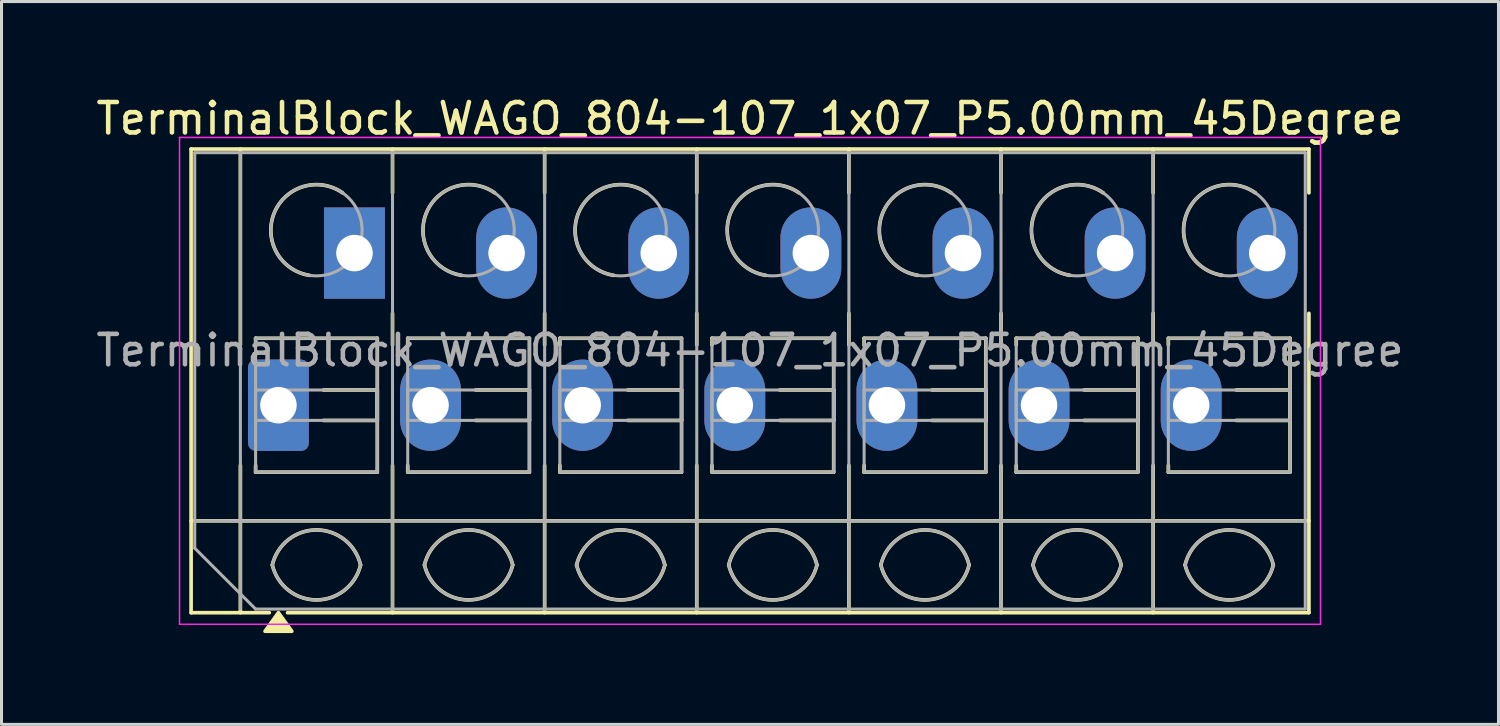
<source format=kicad_pcb>
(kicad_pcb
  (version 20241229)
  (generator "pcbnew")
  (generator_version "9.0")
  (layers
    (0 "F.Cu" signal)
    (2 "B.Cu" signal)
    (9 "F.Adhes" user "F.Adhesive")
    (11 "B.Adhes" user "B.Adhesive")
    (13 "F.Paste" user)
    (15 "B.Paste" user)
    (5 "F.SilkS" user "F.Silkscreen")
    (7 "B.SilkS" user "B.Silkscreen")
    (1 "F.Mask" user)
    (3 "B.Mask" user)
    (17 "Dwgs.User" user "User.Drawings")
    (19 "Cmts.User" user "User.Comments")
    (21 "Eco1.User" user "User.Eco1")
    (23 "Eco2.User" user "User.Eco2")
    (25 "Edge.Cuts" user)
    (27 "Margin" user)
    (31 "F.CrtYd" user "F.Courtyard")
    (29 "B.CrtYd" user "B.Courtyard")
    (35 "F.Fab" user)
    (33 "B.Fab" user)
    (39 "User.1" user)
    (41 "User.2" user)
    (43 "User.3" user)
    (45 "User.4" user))
  (footprint "TerminalBlock_WAGO_804-107_1x07_P5.00mm_45Degree"
    (layer "F.Cu")
    (at 6.101 10.268)
    (property "Reference" "TerminalBlock_WAGO_804-107_1x07_P5.00mm_45Degree" (at 15.5 -9.42 0) (layer "F.SilkS") (effects (font (size 1 1) (thickness 0.15))))
    (attr through_hole)
    (fp_line (start -2.87 -8.42) (end -2.87 6.82) (stroke (width 0.12) (type solid)) (layer "F.SilkS"))
    (fp_line (start -2.87 -8.42) (end 33.87 -8.42) (stroke (width 0.12) (type solid)) (layer "F.SilkS"))
    (fp_line (start -2.87 3.8) (end 33.87 3.8) (stroke (width 0.12) (type solid)) (layer "F.SilkS"))
    (fp_line (start -2.87 6.82) (end -0.3 6.82) (stroke (width 0.12) (type solid)) (layer "F.SilkS"))
    (fp_line (start -1.25 -8.42) (end -1.25 -1.98) (stroke (width 0.12) (type solid)) (layer "F.SilkS"))
    (fp_line (start -1.25 1.98) (end -1.25 6.82) (stroke (width 0.12) (type solid)) (layer "F.SilkS"))
    (fp_line (start -0.75 -2.2) (end -0.75 -1.98) (stroke (width 0.12) (type solid)) (layer "F.SilkS"))
    (fp_line (start -0.75 -2.2) (end 3.25 -2.2) (stroke (width 0.12) (type solid)) (layer "F.SilkS"))
    (fp_line (start -0.75 1.98) (end -0.75 2.2) (stroke (width 0.12) (type solid)) (layer "F.SilkS"))
    (fp_line (start -0.75 2.2) (end 3.25 2.2) (stroke (width 0.12) (type solid)) (layer "F.SilkS"))
    (fp_line (start 0.3 6.82) (end 33.87 6.82) (stroke (width 0.12) (type solid)) (layer "F.SilkS"))
    (fp_line (start 1.48 -0.5) (end 3.25 -0.5) (stroke (width 0.12) (type solid)) (layer "F.SilkS"))
    (fp_line (start 1.48 0.5) (end 3.25 0.5) (stroke (width 0.12) (type solid)) (layer "F.SilkS"))
    (fp_line (start 3.25 -2.2) (end 3.25 2.2) (stroke (width 0.12) (type solid)) (layer "F.SilkS"))
    (fp_line (start 3.25 -0.5) (end 3.25 0.5) (stroke (width 0.12) (type solid)) (layer "F.SilkS"))
    (fp_line (start 3.75 -8.42) (end 3.75 -6.98) (stroke (width 0.12) (type solid)) (layer "F.SilkS"))
    (fp_line (start 3.75 -3.02) (end 3.75 -1.98) (stroke (width 0.12) (type solid)) (layer "F.SilkS"))
    (fp_line (start 3.75 1.98) (end 3.75 6.82) (stroke (width 0.12) (type solid)) (layer "F.SilkS"))
    (fp_line (start 4.25 -2.2) (end 4.25 -1.98) (stroke (width 0.12) (type solid)) (layer "F.SilkS"))
    (fp_line (start 4.25 -2.2) (end 8.25 -2.2) (stroke (width 0.12) (type solid)) (layer "F.SilkS"))
    (fp_line (start 4.25 1.98) (end 4.25 2.2) (stroke (width 0.12) (type solid)) (layer "F.SilkS"))
    (fp_line (start 4.25 2.2) (end 8.25 2.2) (stroke (width 0.12) (type solid)) (layer "F.SilkS"))
    (fp_line (start 6.48 -0.5) (end 8.25 -0.5) (stroke (width 0.12) (type solid)) (layer "F.SilkS"))
    (fp_line (start 6.48 0.5) (end 8.25 0.5) (stroke (width 0.12) (type solid)) (layer "F.SilkS"))
    (fp_line (start 8.25 -2.2) (end 8.25 2.2) (stroke (width 0.12) (type solid)) (layer "F.SilkS"))
    (fp_line (start 8.25 -0.5) (end 8.25 0.5) (stroke (width 0.12) (type solid)) (layer "F.SilkS"))
    (fp_line (start 8.75 -8.42) (end 8.75 -6.98) (stroke (width 0.12) (type solid)) (layer "F.SilkS"))
    (fp_line (start 8.75 -3.02) (end 8.75 -1.98) (stroke (width 0.12) (type solid)) (layer "F.SilkS"))
    (fp_line (start 8.75 1.98) (end 8.75 6.82) (stroke (width 0.12) (type solid)) (layer "F.SilkS"))
    (fp_line (start 9.25 -2.2) (end 9.25 -1.98) (stroke (width 0.12) (type solid)) (layer "F.SilkS"))
    (fp_line (start 9.25 -2.2) (end 13.25 -2.2) (stroke (width 0.12) (type solid)) (layer "F.SilkS"))
    (fp_line (start 9.25 1.98) (end 9.25 2.2) (stroke (width 0.12) (type solid)) (layer "F.SilkS"))
    (fp_line (start 9.25 2.2) (end 13.25 2.2) (stroke (width 0.12) (type solid)) (layer "F.SilkS"))
    (fp_line (start 11.48 -0.5) (end 13.25 -0.5) (stroke (width 0.12) (type solid)) (layer "F.SilkS"))
    (fp_line (start 11.48 0.5) (end 13.25 0.5) (stroke (width 0.12) (type solid)) (layer "F.SilkS"))
    (fp_line (start 13.25 -2.2) (end 13.25 2.2) (stroke (width 0.12) (type solid)) (layer "F.SilkS"))
    (fp_line (start 13.25 -0.5) (end 13.25 0.5) (stroke (width 0.12) (type solid)) (layer "F.SilkS"))
    (fp_line (start 13.75 -8.42) (end 13.75 -6.98) (stroke (width 0.12) (type solid)) (layer "F.SilkS"))
    (fp_line (start 13.75 -3.02) (end 13.75 -1.98) (stroke (width 0.12) (type solid)) (layer "F.SilkS"))
    (fp_line (start 13.75 1.98) (end 13.75 6.82) (stroke (width 0.12) (type solid)) (layer "F.SilkS"))
    (fp_line (start 14.25 -2.2) (end 14.25 -1.98) (stroke (width 0.12) (type solid)) (layer "F.SilkS"))
    (fp_line (start 14.25 -2.2) (end 18.25 -2.2) (stroke (width 0.12) (type solid)) (layer "F.SilkS"))
    (fp_line (start 14.25 1.98) (end 14.25 2.2) (stroke (width 0.12) (type solid)) (layer "F.SilkS"))
    (fp_line (start 14.25 2.2) (end 18.25 2.2) (stroke (width 0.12) (type solid)) (layer "F.SilkS"))
    (fp_line (start 16.48 -0.5) (end 18.25 -0.5) (stroke (width 0.12) (type solid)) (layer "F.SilkS"))
    (fp_line (start 16.48 0.5) (end 18.25 0.5) (stroke (width 0.12) (type solid)) (layer "F.SilkS"))
    (fp_line (start 18.25 -2.2) (end 18.25 2.2) (stroke (width 0.12) (type solid)) (layer "F.SilkS"))
    (fp_line (start 18.25 -0.5) (end 18.25 0.5) (stroke (width 0.12) (type solid)) (layer "F.SilkS"))
    (fp_line (start 18.75 -8.42) (end 18.75 -6.98) (stroke (width 0.12) (type solid)) (layer "F.SilkS"))
    (fp_line (start 18.75 -3.02) (end 18.75 -1.98) (stroke (width 0.12) (type solid)) (layer "F.SilkS"))
    (fp_line (start 18.75 1.98) (end 18.75 6.82) (stroke (width 0.12) (type solid)) (layer "F.SilkS"))
    (fp_line (start 19.25 -2.2) (end 19.25 -1.98) (stroke (width 0.12) (type solid)) (layer "F.SilkS"))
    (fp_line (start 19.25 -2.2) (end 23.25 -2.2) (stroke (width 0.12) (type solid)) (layer "F.SilkS"))
    (fp_line (start 19.25 1.98) (end 19.25 2.2) (stroke (width 0.12) (type solid)) (layer "F.SilkS"))
    (fp_line (start 19.25 2.2) (end 23.25 2.2) (stroke (width 0.12) (type solid)) (layer "F.SilkS"))
    (fp_line (start 21.48 -0.5) (end 23.25 -0.5) (stroke (width 0.12) (type solid)) (layer "F.SilkS"))
    (fp_line (start 21.48 0.5) (end 23.25 0.5) (stroke (width 0.12) (type solid)) (layer "F.SilkS"))
    (fp_line (start 23.25 -2.2) (end 23.25 2.2) (stroke (width 0.12) (type solid)) (layer "F.SilkS"))
    (fp_line (start 23.25 -0.5) (end 23.25 0.5) (stroke (width 0.12) (type solid)) (layer "F.SilkS"))
    (fp_line (start 23.75 -8.42) (end 23.75 -6.98) (stroke (width 0.12) (type solid)) (layer "F.SilkS"))
    (fp_line (start 23.75 -3.02) (end 23.75 -1.98) (stroke (width 0.12) (type solid)) (layer "F.SilkS"))
    (fp_line (start 23.75 1.98) (end 23.75 6.82) (stroke (width 0.12) (type solid)) (layer "F.SilkS"))
    (fp_line (start 24.25 -2.2) (end 24.25 -1.98) (stroke (width 0.12) (type solid)) (layer "F.SilkS"))
    (fp_line (start 24.25 -2.2) (end 28.25 -2.2) (stroke (width 0.12) (type solid)) (layer "F.SilkS"))
    (fp_line (start 24.25 1.98) (end 24.25 2.2) (stroke (width 0.12) (type solid)) (layer "F.SilkS"))
    (fp_line (start 24.25 2.2) (end 28.25 2.2) (stroke (width 0.12) (type solid)) (layer "F.SilkS"))
    (fp_line (start 26.48 -0.5) (end 28.25 -0.5) (stroke (width 0.12) (type solid)) (layer "F.SilkS"))
    (fp_line (start 26.48 0.5) (end 28.25 0.5) (stroke (width 0.12) (type solid)) (layer "F.SilkS"))
    (fp_line (start 28.25 -2.2) (end 28.25 2.2) (stroke (width 0.12) (type solid)) (layer "F.SilkS"))
    (fp_line (start 28.25 -0.5) (end 28.25 0.5) (stroke (width 0.12) (type solid)) (layer "F.SilkS"))
    (fp_line (start 28.75 -8.42) (end 28.75 -6.98) (stroke (width 0.12) (type solid)) (layer "F.SilkS"))
    (fp_line (start 28.75 -3.02) (end 28.75 -1.98) (stroke (width 0.12) (type solid)) (layer "F.SilkS"))
    (fp_line (start 28.75 1.98) (end 28.75 6.82) (stroke (width 0.12) (type solid)) (layer "F.SilkS"))
    (fp_line (start 29.25 -2.2) (end 29.25 -1.98) (stroke (width 0.12) (type solid)) (layer "F.SilkS"))
    (fp_line (start 29.25 -2.2) (end 33.25 -2.2) (stroke (width 0.12) (type solid)) (layer "F.SilkS"))
    (fp_line (start 29.25 1.98) (end 29.25 2.2) (stroke (width 0.12) (type solid)) (layer "F.SilkS"))
    (fp_line (start 29.25 2.2) (end 33.25 2.2) (stroke (width 0.12) (type solid)) (layer "F.SilkS"))
    (fp_line (start 31.48 -0.5) (end 33.25 -0.5) (stroke (width 0.12) (type solid)) (layer "F.SilkS"))
    (fp_line (start 31.48 0.5) (end 33.25 0.5) (stroke (width 0.12) (type solid)) (layer "F.SilkS"))
    (fp_line (start 33.25 -2.2) (end 33.25 2.2) (stroke (width 0.12) (type solid)) (layer "F.SilkS"))
    (fp_line (start 33.25 -0.5) (end 33.25 0.5) (stroke (width 0.12) (type solid)) (layer "F.SilkS"))
    (fp_line (start 33.87 -8.42) (end 33.87 -6.98) (stroke (width 0.12) (type solid)) (layer "F.SilkS"))
    (fp_line (start 33.87 -3.02) (end 33.87 6.82) (stroke (width 0.12) (type solid)) (layer "F.SilkS"))
    (fp_arc (start -0.2 5.25) (mid 1.25 4.1) (end 2.7 5.25) (stroke (width 0.12) (type solid)) (layer "F.SilkS"))
    (fp_arc (start 1.02 -4.268) (mid -0.141916 -6.309209) (end 2.109 -6.98) (stroke (width 0.12) (type solid)) (layer "F.SilkS"))
    (fp_arc (start 2.7 5.25) (mid 1.25 6.4) (end -0.2 5.25) (stroke (width 0.12) (type solid)) (layer "F.SilkS"))
    (fp_arc (start 4.8 5.25) (mid 6.25 4.1) (end 7.7 5.25) (stroke (width 0.12) (type solid)) (layer "F.SilkS"))
    (fp_arc (start 6.02 -4.268) (mid 4.858084 -6.309209) (end 7.109 -6.98) (stroke (width 0.12) (type solid)) (layer "F.SilkS"))
    (fp_arc (start 7.7 5.25) (mid 6.25 6.4) (end 4.8 5.25) (stroke (width 0.12) (type solid)) (layer "F.SilkS"))
    (fp_arc (start 9.8 5.25) (mid 11.25 4.1) (end 12.7 5.25) (stroke (width 0.12) (type solid)) (layer "F.SilkS"))
    (fp_arc (start 11.02 -4.268) (mid 9.858084 -6.309209) (end 12.109 -6.98) (stroke (width 0.12) (type solid)) (layer "F.SilkS"))
    (fp_arc (start 12.7 5.25) (mid 11.25 6.4) (end 9.8 5.25) (stroke (width 0.12) (type solid)) (layer "F.SilkS"))
    (fp_arc (start 14.8 5.25) (mid 16.25 4.1) (end 17.7 5.25) (stroke (width 0.12) (type solid)) (layer "F.SilkS"))
    (fp_arc (start 16.02 -4.268) (mid 14.858084 -6.309209) (end 17.109 -6.98) (stroke (width 0.12) (type solid)) (layer "F.SilkS"))
    (fp_arc (start 17.7 5.25) (mid 16.25 6.4) (end 14.8 5.25) (stroke (width 0.12) (type solid)) (layer "F.SilkS"))
    (fp_arc (start 19.8 5.25) (mid 21.25 4.1) (end 22.7 5.25) (stroke (width 0.12) (type solid)) (layer "F.SilkS"))
    (fp_arc (start 21.02 -4.268) (mid 19.858084 -6.309209) (end 22.109 -6.98) (stroke (width 0.12) (type solid)) (layer "F.SilkS"))
    (fp_arc (start 22.7 5.25) (mid 21.25 6.4) (end 19.8 5.25) (stroke (width 0.12) (type solid)) (layer "F.SilkS"))
    (fp_arc (start 24.8 5.25) (mid 26.25 4.1) (end 27.7 5.25) (stroke (width 0.12) (type solid)) (layer "F.SilkS"))
    (fp_arc (start 26.02 -4.268) (mid 24.858084 -6.309209) (end 27.109 -6.98) (stroke (width 0.12) (type solid)) (layer "F.SilkS"))
    (fp_arc (start 27.7 5.25) (mid 26.25 6.4) (end 24.8 5.25) (stroke (width 0.12) (type solid)) (layer "F.SilkS"))
    (fp_arc (start 29.8 5.25) (mid 31.25 4.1) (end 32.7 5.25) (stroke (width 0.12) (type solid)) (layer "F.SilkS"))
    (fp_arc (start 31.02 -4.268) (mid 29.858084 -6.309209) (end 32.109 -6.98) (stroke (width 0.12) (type solid)) (layer "F.SilkS"))
    (fp_arc (start 32.7 5.25) (mid 31.25 6.4) (end 29.8 5.25) (stroke (width 0.12) (type solid)) (layer "F.SilkS"))
    (fp_poly (pts (xy 0 6.82) (xy 0.44 7.43) (xy -0.44 7.43)) (stroke (width 0.12) (type solid)) (fill yes) (layer "F.SilkS"))
    (fp_line (start -3.25 -8.8) (end -3.25 7.2) (stroke (width 0.05) (type solid)) (layer "F.CrtYd"))
    (fp_line (start -3.25 7.2) (end 34.25 7.2) (stroke (width 0.05) (type solid)) (layer "F.CrtYd"))
    (fp_line (start 34.25 -8.8) (end -3.25 -8.8) (stroke (width 0.05) (type solid)) (layer "F.CrtYd"))
    (fp_line (start 34.25 7.2) (end 34.25 -8.8) (stroke (width 0.05) (type solid)) (layer "F.CrtYd"))
    (fp_line (start -2.75 -8.3) (end 33.75 -8.3) (stroke (width 0.1) (type solid)) (layer "F.Fab"))
    (fp_line (start -2.75 3.8) (end 33.75 3.8) (stroke (width 0.1) (type solid)) (layer "F.Fab"))
    (fp_line (start -2.75 4.7) (end -2.75 -8.3) (stroke (width 0.1) (type solid)) (layer "F.Fab"))
    (fp_line (start -1.25 -8.3) (end -1.25 6.7) (stroke (width 0.1) (type solid)) (layer "F.Fab"))
    (fp_line (start -0.75 -2.2) (end -0.75 2.2) (stroke (width 0.1) (type solid)) (layer "F.Fab"))
    (fp_line (start -0.75 -0.5) (end -0.75 0.5) (stroke (width 0.1) (type solid)) (layer "F.Fab"))
    (fp_line (start -0.75 0.5) (end 3.25 0.5) (stroke (width 0.1) (type solid)) (layer "F.Fab"))
    (fp_line (start -0.75 2.2) (end 3.25 2.2) (stroke (width 0.1) (type solid)) (layer "F.Fab"))
    (fp_line (start -0.75 6.7) (end -2.75 4.7) (stroke (width 0.1) (type solid)) (layer "F.Fab"))
    (fp_line (start 3.25 -2.2) (end -0.75 -2.2) (stroke (width 0.1) (type solid)) (layer "F.Fab"))
    (fp_line (start 3.25 -0.5) (end -0.75 -0.5) (stroke (width 0.1) (type solid)) (layer "F.Fab"))
    (fp_line (start 3.25 0.5) (end 3.25 -0.5) (stroke (width 0.1) (type solid)) (layer "F.Fab"))
    (fp_line (start 3.25 2.2) (end 3.25 -2.2) (stroke (width 0.1) (type solid)) (layer "F.Fab"))
    (fp_line (start 3.75 -8.3) (end 3.75 6.7) (stroke (width 0.1) (type solid)) (layer "F.Fab"))
    (fp_line (start 4.25 -2.2) (end 4.25 2.2) (stroke (width 0.1) (type solid)) (layer "F.Fab"))
    (fp_line (start 4.25 -0.5) (end 4.25 0.5) (stroke (width 0.1) (type solid)) (layer "F.Fab"))
    (fp_line (start 4.25 0.5) (end 8.25 0.5) (stroke (width 0.1) (type solid)) (layer "F.Fab"))
    (fp_line (start 4.25 2.2) (end 8.25 2.2) (stroke (width 0.1) (type solid)) (layer "F.Fab"))
    (fp_line (start 8.25 -2.2) (end 4.25 -2.2) (stroke (width 0.1) (type solid)) (layer "F.Fab"))
    (fp_line (start 8.25 -0.5) (end 4.25 -0.5) (stroke (width 0.1) (type solid)) (layer "F.Fab"))
    (fp_line (start 8.25 0.5) (end 8.25 -0.5) (stroke (width 0.1) (type solid)) (layer "F.Fab"))
    (fp_line (start 8.25 2.2) (end 8.25 -2.2) (stroke (width 0.1) (type solid)) (layer "F.Fab"))
    (fp_line (start 8.75 -8.3) (end 8.75 6.7) (stroke (width 0.1) (type solid)) (layer "F.Fab"))
    (fp_line (start 9.25 -2.2) (end 9.25 2.2) (stroke (width 0.1) (type solid)) (layer "F.Fab"))
    (fp_line (start 9.25 -0.5) (end 9.25 0.5) (stroke (width 0.1) (type solid)) (layer "F.Fab"))
    (fp_line (start 9.25 0.5) (end 13.25 0.5) (stroke (width 0.1) (type solid)) (layer "F.Fab"))
    (fp_line (start 9.25 2.2) (end 13.25 2.2) (stroke (width 0.1) (type solid)) (layer "F.Fab"))
    (fp_line (start 13.25 -2.2) (end 9.25 -2.2) (stroke (width 0.1) (type solid)) (layer "F.Fab"))
    (fp_line (start 13.25 -0.5) (end 9.25 -0.5) (stroke (width 0.1) (type solid)) (layer "F.Fab"))
    (fp_line (start 13.25 0.5) (end 13.25 -0.5) (stroke (width 0.1) (type solid)) (layer "F.Fab"))
    (fp_line (start 13.25 2.2) (end 13.25 -2.2) (stroke (width 0.1) (type solid)) (layer "F.Fab"))
    (fp_line (start 13.75 -8.3) (end 13.75 6.7) (stroke (width 0.1) (type solid)) (layer "F.Fab"))
    (fp_line (start 14.25 -2.2) (end 14.25 2.2) (stroke (width 0.1) (type solid)) (layer "F.Fab"))
    (fp_line (start 14.25 -0.5) (end 14.25 0.5) (stroke (width 0.1) (type solid)) (layer "F.Fab"))
    (fp_line (start 14.25 0.5) (end 18.25 0.5) (stroke (width 0.1) (type solid)) (layer "F.Fab"))
    (fp_line (start 14.25 2.2) (end 18.25 2.2) (stroke (width 0.1) (type solid)) (layer "F.Fab"))
    (fp_line (start 18.25 -2.2) (end 14.25 -2.2) (stroke (width 0.1) (type solid)) (layer "F.Fab"))
    (fp_line (start 18.25 -0.5) (end 14.25 -0.5) (stroke (width 0.1) (type solid)) (layer "F.Fab"))
    (fp_line (start 18.25 0.5) (end 18.25 -0.5) (stroke (width 0.1) (type solid)) (layer "F.Fab"))
    (fp_line (start 18.25 2.2) (end 18.25 -2.2) (stroke (width 0.1) (type solid)) (layer "F.Fab"))
    (fp_line (start 18.75 -8.3) (end 18.75 6.7) (stroke (width 0.1) (type solid)) (layer "F.Fab"))
    (fp_line (start 19.25 -2.2) (end 19.25 2.2) (stroke (width 0.1) (type solid)) (layer "F.Fab"))
    (fp_line (start 19.25 -0.5) (end 19.25 0.5) (stroke (width 0.1) (type solid)) (layer "F.Fab"))
    (fp_line (start 19.25 0.5) (end 23.25 0.5) (stroke (width 0.1) (type solid)) (layer "F.Fab"))
    (fp_line (start 19.25 2.2) (end 23.25 2.2) (stroke (width 0.1) (type solid)) (layer "F.Fab"))
    (fp_line (start 23.25 -2.2) (end 19.25 -2.2) (stroke (width 0.1) (type solid)) (layer "F.Fab"))
    (fp_line (start 23.25 -0.5) (end 19.25 -0.5) (stroke (width 0.1) (type solid)) (layer "F.Fab"))
    (fp_line (start 23.25 0.5) (end 23.25 -0.5) (stroke (width 0.1) (type solid)) (layer "F.Fab"))
    (fp_line (start 23.25 2.2) (end 23.25 -2.2) (stroke (width 0.1) (type solid)) (layer "F.Fab"))
    (fp_line (start 23.75 -8.3) (end 23.75 6.7) (stroke (width 0.1) (type solid)) (layer "F.Fab"))
    (fp_line (start 24.25 -2.2) (end 24.25 2.2) (stroke (width 0.1) (type solid)) (layer "F.Fab"))
    (fp_line (start 24.25 -0.5) (end 24.25 0.5) (stroke (width 0.1) (type solid)) (layer "F.Fab"))
    (fp_line (start 24.25 0.5) (end 28.25 0.5) (stroke (width 0.1) (type solid)) (layer "F.Fab"))
    (fp_line (start 24.25 2.2) (end 28.25 2.2) (stroke (width 0.1) (type solid)) (layer "F.Fab"))
    (fp_line (start 28.25 -2.2) (end 24.25 -2.2) (stroke (width 0.1) (type solid)) (layer "F.Fab"))
    (fp_line (start 28.25 -0.5) (end 24.25 -0.5) (stroke (width 0.1) (type solid)) (layer "F.Fab"))
    (fp_line (start 28.25 0.5) (end 28.25 -0.5) (stroke (width 0.1) (type solid)) (layer "F.Fab"))
    (fp_line (start 28.25 2.2) (end 28.25 -2.2) (stroke (width 0.1) (type solid)) (layer "F.Fab"))
    (fp_line (start 28.75 -8.3) (end 28.75 6.7) (stroke (width 0.1) (type solid)) (layer "F.Fab"))
    (fp_line (start 29.25 -2.2) (end 29.25 2.2) (stroke (width 0.1) (type solid)) (layer "F.Fab"))
    (fp_line (start 29.25 -0.5) (end 29.25 0.5) (stroke (width 0.1) (type solid)) (layer "F.Fab"))
    (fp_line (start 29.25 0.5) (end 33.25 0.5) (stroke (width 0.1) (type solid)) (layer "F.Fab"))
    (fp_line (start 29.25 2.2) (end 33.25 2.2) (stroke (width 0.1) (type solid)) (layer "F.Fab"))
    (fp_line (start 33.25 -2.2) (end 29.25 -2.2) (stroke (width 0.1) (type solid)) (layer "F.Fab"))
    (fp_line (start 33.25 -0.5) (end 29.25 -0.5) (stroke (width 0.1) (type solid)) (layer "F.Fab"))
    (fp_line (start 33.25 0.5) (end 33.25 -0.5) (stroke (width 0.1) (type solid)) (layer "F.Fab"))
    (fp_line (start 33.25 2.2) (end 33.25 -2.2) (stroke (width 0.1) (type solid)) (layer "F.Fab"))
    (fp_line (start 33.75 -8.3) (end 33.75 6.7) (stroke (width 0.1) (type solid)) (layer "F.Fab"))
    (fp_line (start 33.75 6.7) (end -0.75 6.7) (stroke (width 0.1) (type solid)) (layer "F.Fab"))
    (fp_arc (start -0.2 5.25) (mid 1.25 4.1) (end 2.7 5.25) (stroke (width 0.1) (type solid)) (layer "F.Fab"))
    (fp_arc (start 2.7 5.25) (mid 1.25 6.4) (end -0.2 5.25) (stroke (width 0.1) (type solid)) (layer "F.Fab"))
    (fp_arc (start 4.8 5.25) (mid 6.25 4.1) (end 7.7 5.25) (stroke (width 0.1) (type solid)) (layer "F.Fab"))
    (fp_arc (start 7.7 5.25) (mid 6.25 6.4) (end 4.8 5.25) (stroke (width 0.1) (type solid)) (layer "F.Fab"))
    (fp_arc (start 9.8 5.25) (mid 11.25 4.1) (end 12.7 5.25) (stroke (width 0.1) (type solid)) (layer "F.Fab"))
    (fp_arc (start 12.7 5.25) (mid 11.25 6.4) (end 9.8 5.25) (stroke (width 0.1) (type solid)) (layer "F.Fab"))
    (fp_arc (start 14.8 5.25) (mid 16.25 4.1) (end 17.7 5.25) (stroke (width 0.1) (type solid)) (layer "F.Fab"))
    (fp_arc (start 17.7 5.25) (mid 16.25 6.4) (end 14.8 5.25) (stroke (width 0.1) (type solid)) (layer "F.Fab"))
    (fp_arc (start 19.8 5.25) (mid 21.25 4.1) (end 22.7 5.25) (stroke (width 0.1) (type solid)) (layer "F.Fab"))
    (fp_arc (start 22.7 5.25) (mid 21.25 6.4) (end 19.8 5.25) (stroke (width 0.1) (type solid)) (layer "F.Fab"))
    (fp_arc (start 24.8 5.25) (mid 26.25 4.1) (end 27.7 5.25) (stroke (width 0.1) (type solid)) (layer "F.Fab"))
    (fp_arc (start 27.7 5.25) (mid 26.25 6.4) (end 24.8 5.25) (stroke (width 0.1) (type solid)) (layer "F.Fab"))
    (fp_arc (start 29.8 5.25) (mid 31.25 4.1) (end 32.7 5.25) (stroke (width 0.1) (type solid)) (layer "F.Fab"))
    (fp_arc (start 32.7 5.25) (mid 31.25 6.4) (end 29.8 5.25) (stroke (width 0.1) (type solid)) (layer "F.Fab"))
    (fp_circle (center 1.25 -5.75) (end 2.75 -5.75) (stroke (width 0.1) (type solid)) (fill no) (layer "F.Fab"))
    (fp_circle (center 6.25 -5.75) (end 7.75 -5.75) (stroke (width 0.1) (type solid)) (fill no) (layer "F.Fab"))
    (fp_circle (center 11.25 -5.75) (end 12.75 -5.75) (stroke (width 0.1) (type solid)) (fill no) (layer "F.Fab"))
    (fp_circle (center 16.25 -5.75) (end 17.75 -5.75) (stroke (width 0.1) (type solid)) (fill no) (layer "F.Fab"))
    (fp_circle (center 21.25 -5.75) (end 22.75 -5.75) (stroke (width 0.1) (type solid)) (fill no) (layer "F.Fab"))
    (fp_circle (center 26.25 -5.75) (end 27.75 -5.75) (stroke (width 0.1) (type solid)) (fill no) (layer "F.Fab"))
    (fp_circle (center 31.25 -5.75) (end 32.75 -5.75) (stroke (width 0.1) (type solid)) (fill no) (layer "F.Fab"))
    (fp_text user "${REFERENCE}" (at 15.5 -1.8 0) (layer "F.Fab") (effects (font (size 1 1) (thickness 0.15))))
    (pad "1" thru_hole roundrect (at 0 0) (size 2 3) (drill 1.2) (layers "*.Cu" "*.Mask") (roundrect_rratio 0.125))
    (pad "1" thru_hole rect (at 2.5 -5) (size 2 3) (drill 1.2) (layers "*.Cu" "*.Mask"))
    (pad "2" thru_hole oval (at 5 0) (size 2 3) (drill 1.2) (layers "*.Cu" "*.Mask"))
    (pad "2" thru_hole oval (at 7.5 -5) (size 2 3) (drill 1.2) (layers "*.Cu" "*.Mask"))
    (pad "3" thru_hole oval (at 10 0) (size 2 3) (drill 1.2) (layers "*.Cu" "*.Mask"))
    (pad "3" thru_hole oval (at 12.5 -5) (size 2 3) (drill 1.2) (layers "*.Cu" "*.Mask"))
    (pad "4" thru_hole oval (at 15 0) (size 2 3) (drill 1.2) (layers "*.Cu" "*.Mask"))
    (pad "4" thru_hole oval (at 17.5 -5) (size 2 3) (drill 1.2) (layers "*.Cu" "*.Mask"))
    (pad "5" thru_hole oval (at 20 0) (size 2 3) (drill 1.2) (layers "*.Cu" "*.Mask"))
    (pad "5" thru_hole oval (at 22.5 -5) (size 2 3) (drill 1.2) (layers "*.Cu" "*.Mask"))
    (pad "6" thru_hole oval (at 25 0) (size 2 3) (drill 1.2) (layers "*.Cu" "*.Mask"))
    (pad "6" thru_hole oval (at 27.5 -5) (size 2 3) (drill 1.2) (layers "*.Cu" "*.Mask"))
    (pad "7" thru_hole oval (at 30 0) (size 2 3) (drill 1.2) (layers "*.Cu" "*.Mask"))
    (pad "7" thru_hole oval (at 32.5 -5) (size 2 3) (drill 1.2) (layers "*.Cu" "*.Mask")))
  (gr_rect
    (start -3 -3)
    (end 46.202 20.758)
    (stroke (width 0.1) (type default))
    (fill no)
    (layer "Edge.Cuts")))
</source>
